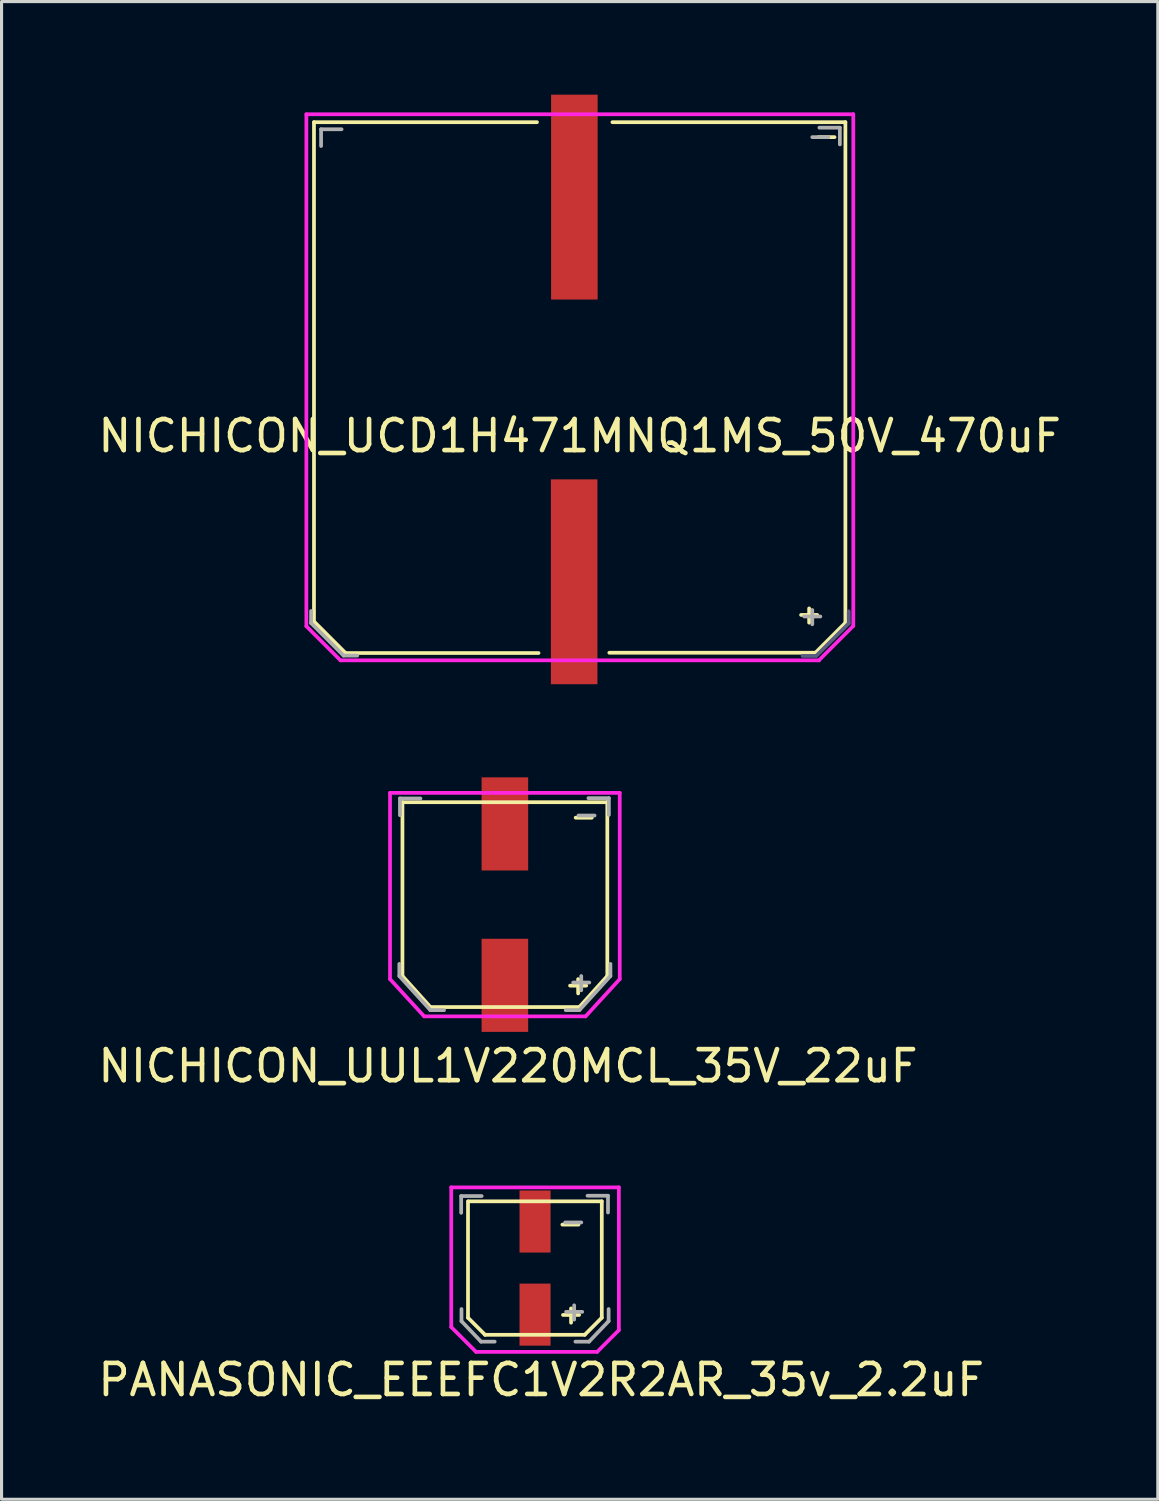
<source format=kicad_pcb>
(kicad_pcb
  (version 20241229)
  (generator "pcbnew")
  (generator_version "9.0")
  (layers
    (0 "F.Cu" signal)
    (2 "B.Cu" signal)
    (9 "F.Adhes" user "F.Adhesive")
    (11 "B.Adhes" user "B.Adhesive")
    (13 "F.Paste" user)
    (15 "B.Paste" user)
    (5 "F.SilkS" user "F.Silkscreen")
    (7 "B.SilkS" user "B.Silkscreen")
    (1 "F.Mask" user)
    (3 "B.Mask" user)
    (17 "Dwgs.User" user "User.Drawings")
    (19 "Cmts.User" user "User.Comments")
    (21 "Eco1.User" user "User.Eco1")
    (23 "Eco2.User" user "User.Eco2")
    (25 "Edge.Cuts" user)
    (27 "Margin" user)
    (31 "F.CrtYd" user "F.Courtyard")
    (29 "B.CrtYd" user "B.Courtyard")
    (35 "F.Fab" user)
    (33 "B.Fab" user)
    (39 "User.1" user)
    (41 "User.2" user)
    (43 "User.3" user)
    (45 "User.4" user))
  (footprint "NICHICON_UCD1H471MNQ1MS_50V_470uF"
    (layer "F.Cu")
    (at 15.549 9.191)
    (property "Reference" "NICHICON_UCD1H471MNQ1MS_50V_470uF" (at 0.076 1.803 0) (layer "F.SilkS") (effects (font (size 1 1) (thickness 0.15))))
    (attr through_hole)
    (fp_line (start -8.484 -8.305) (end -8.484 7.797) (stroke (width 0.12) (type solid)) (layer "F.SilkS"))
    (fp_line (start -8.484 -8.305) (end -1.3 -8.305) (stroke (width 0.12) (type solid)) (layer "F.SilkS"))
    (fp_line (start -8.467 7.797) (end -7.468 8.797) (stroke (width 0.12) (type solid)) (layer "F.SilkS"))
    (fp_line (start -7.468 8.797) (end -1.25 8.797) (stroke (width 0.12) (type solid)) (layer "F.SilkS"))
    (fp_line (start 1.03 8.788) (end 7.671 8.788) (stroke (width 0.12) (type solid)) (layer "F.SilkS"))
    (fp_line (start 1.13 -8.305) (end 8.636 -8.305) (stroke (width 0.12) (type solid)) (layer "F.SilkS"))
    (fp_line (start 7.208 7.569) (end 7.728 7.569) (stroke (width 0.12) (type solid)) (layer "F.SilkS"))
    (fp_line (start 7.468 7.359) (end 7.468 7.819) (stroke (width 0.12) (type solid)) (layer "F.SilkS"))
    (fp_line (start 7.766 -7.823) (end 8.286 -7.823) (stroke (width 0.12) (type solid)) (layer "F.SilkS"))
    (fp_line (start 8.629 7.831) (end 7.681 8.779) (stroke (width 0.12) (type solid)) (layer "F.SilkS"))
    (fp_line (start 8.636 -8.305) (end 8.636 7.797) (stroke (width 0.12) (type solid)) (layer "F.SilkS"))
    (fp_line (start -8.729 -8.56) (end 8.89 -8.56) (stroke (width 0.12) (type solid)) (layer "F.CrtYd"))
    (fp_line (start -8.729 7.933) (end -8.729 -8.56) (stroke (width 0.12) (type solid)) (layer "F.CrtYd"))
    (fp_line (start -7.629 9.033) (end -8.729 7.933) (stroke (width 0.12) (type solid)) (layer "F.CrtYd"))
    (fp_line (start 7.781 9.033) (end 8.89 7.924) (stroke (width 0.12) (type solid)) (layer "F.CrtYd"))
    (fp_line (start 7.79 9.033) (end -7.63 9.033) (stroke (width 0.12) (type solid)) (layer "F.CrtYd"))
    (fp_line (start 8.89 -8.561) (end 8.89 7.924) (stroke (width 0.12) (type solid)) (layer "F.CrtYd"))
    (fp_line (start 7.696 8.89) (end 7.256 8.89) (stroke (width 0.12) (type solid)) (layer "B.Fab"))
    (fp_line (start 8.744 7.452) (end 8.744 7.842) (stroke (width 0.12) (type solid)) (layer "B.Fab"))
    (fp_line (start 8.744 7.842) (end 7.696 8.89) (stroke (width 0.12) (type solid)) (layer "B.Fab"))
    (fp_line (start -8.577 7.442) (end -8.577 7.832) (stroke (width 0.12) (type solid)) (layer "F.Fab"))
    (fp_line (start -8.577 7.832) (end -7.53 8.88) (stroke (width 0.12) (type solid)) (layer "F.Fab"))
    (fp_line (start -8.255 -8.077) (end -8.255 -7.537) (stroke (width 0.12) (type solid)) (layer "F.Fab"))
    (fp_line (start -7.595 -8.077) (end -8.255 -8.077) (stroke (width 0.12) (type solid)) (layer "F.Fab"))
    (fp_line (start -7.53 8.88) (end -7.09 8.88) (stroke (width 0.12) (type solid)) (layer "F.Fab"))
    (fp_line (start 7.309 7.62) (end 7.829 7.62) (stroke (width 0.12) (type solid)) (layer "F.Fab"))
    (fp_line (start 7.569 -7.823) (end 8.089 -7.823) (stroke (width 0.12) (type solid)) (layer "F.Fab"))
    (fp_line (start 7.569 7.41) (end 7.569 7.87) (stroke (width 0.12) (type solid)) (layer "F.Fab"))
    (fp_line (start 7.798 -8.128) (end 8.458 -8.128) (stroke (width 0.12) (type solid)) (layer "F.Fab"))
    (fp_line (start 8.458 -8.128) (end 8.458 -7.588) (stroke (width 0.12) (type solid)) (layer "F.Fab"))
    (pad "1" smd rect (at -0.102 6.502) (size 1.5 6.6) (layers "F.Cu" "F.Mask" "F.Paste"))
    (pad "2" smd rect (at -0.095 -5.891) (size 1.5 6.6) (layers "F.Cu" "F.Mask" "F.Paste")))
  (footprint "PANASONIC_EEEFC1V2R2AR_35v_2.2uF"
    (layer "F.Cu")
    (at 14.187 37.802)
    (property "Reference" "PANASONIC_EEEFC1V2R2AR_35v_2.2uF" (at 0.2 3.6 0) (layer "F.SilkS") (effects (font (size 1 1) (thickness 0.15))))
    (attr through_hole)
    (fp_line (start -2.16 1.6) (end -2.16 -2.15) (stroke (width 0.12) (type solid)) (layer "F.SilkS"))
    (fp_line (start -2.16 1.6) (end -1.61 2.15) (stroke (width 0.12) (type solid)) (layer "F.SilkS"))
    (fp_line (start -2.15 -2.15) (end 2.15 -2.15) (stroke (width 0.12) (type solid)) (layer "F.SilkS"))
    (fp_line (start -1.61 2.15) (end 1.6 2.15) (stroke (width 0.12) (type solid)) (layer "F.SilkS"))
    (fp_line (start 0.88 -1.4) (end 1.4 -1.4) (stroke (width 0.12) (type solid)) (layer "F.SilkS"))
    (fp_line (start 0.9 1.51) (end 1.42 1.51) (stroke (width 0.12) (type solid)) (layer "F.SilkS"))
    (fp_line (start 1.16 1.3) (end 1.16 1.76) (stroke (width 0.12) (type solid)) (layer "F.SilkS"))
    (fp_line (start 1.6 2.15) (end 2.15 1.6) (stroke (width 0.12) (type solid)) (layer "F.SilkS"))
    (fp_line (start 2.15 -2.15) (end 2.15 1.6) (stroke (width 0.12) (type solid)) (layer "F.SilkS"))
    (fp_line (start -2.7 -2.6) (end 2.7 -2.6) (stroke (width 0.12) (type solid)) (layer "F.CrtYd"))
    (fp_line (start -2.7 1.9) (end -2.7 -2.6) (stroke (width 0.12) (type solid)) (layer "F.CrtYd"))
    (fp_line (start -1.9 2.7) (end -2.7 1.9) (stroke (width 0.12) (type solid)) (layer "F.CrtYd"))
    (fp_line (start 2 2.7) (end -1.9 2.7) (stroke (width 0.12) (type solid)) (layer "F.CrtYd"))
    (fp_line (start 2.7 -2.6) (end 2.7 2) (stroke (width 0.12) (type solid)) (layer "F.CrtYd"))
    (fp_line (start 2.7 2) (end 2 2.7) (stroke (width 0.12) (type solid)) (layer "F.CrtYd"))
    (fp_line (start -2.38 -2.32) (end -2.38 -1.78) (stroke (width 0.12) (type solid)) (layer "F.Fab"))
    (fp_line (start -2.37 1.32) (end -2.37 1.71) (stroke (width 0.12) (type solid)) (layer "F.Fab"))
    (fp_line (start -2.37 1.71) (end -1.74 2.37) (stroke (width 0.12) (type solid)) (layer "F.Fab"))
    (fp_line (start -1.74 2.37) (end -1.3 2.37) (stroke (width 0.12) (type solid)) (layer "F.Fab"))
    (fp_line (start -1.72 -2.32) (end -2.38 -2.32) (stroke (width 0.12) (type solid)) (layer "F.Fab"))
    (fp_line (start 0.97 -1.47) (end 1.49 -1.47) (stroke (width 0.12) (type solid)) (layer "F.Fab"))
    (fp_line (start 1 1.41) (end 1.52 1.41) (stroke (width 0.12) (type solid)) (layer "F.Fab"))
    (fp_line (start 1.26 1.2) (end 1.26 1.66) (stroke (width 0.12) (type solid)) (layer "F.Fab"))
    (fp_line (start 1.69 -2.33) (end 2.35 -2.33) (stroke (width 0.12) (type solid)) (layer "F.Fab"))
    (fp_line (start 1.74 2.37) (end 1.3 2.37) (stroke (width 0.12) (type solid)) (layer "F.Fab"))
    (fp_line (start 2.35 -2.33) (end 2.35 -1.79) (stroke (width 0.12) (type solid)) (layer "F.Fab"))
    (fp_line (start 2.37 1.32) (end 2.37 1.71) (stroke (width 0.12) (type solid)) (layer "F.Fab"))
    (fp_line (start 2.37 1.71) (end 1.74 2.37) (stroke (width 0.12) (type solid)) (layer "F.Fab"))
    (pad "1" smd rect (at 0 1.5) (size 1 2) (layers "F.Cu" "F.Mask" "F.Paste"))
    (pad "2" smd rect (at 0 -1.5) (size 1 2) (layers "F.Cu" "F.Mask" "F.Paste")))
  (footprint "NICHICON_UUL1V220MCL_35V_22uF"
    (layer "F.Cu")
    (at 13.215 26.093)
    (property "Reference" "NICHICON_UUL1V220MCL_35V_22uF" (at 0.1 5.2 0) (layer "F.SilkS") (effects (font (size 1 1) (thickness 0.15))))
    (attr through_hole)
    (fp_line (start -3.3 -3.3) (end -3.3 2.3) (stroke (width 0.12) (type solid)) (layer "F.SilkS"))
    (fp_line (start -3.3 -3.3) (end 3.3 -3.3) (stroke (width 0.12) (type solid)) (layer "F.SilkS"))
    (fp_line (start -3.3 2.3) (end -2.4 3.3) (stroke (width 0.12) (type solid)) (layer "F.SilkS"))
    (fp_line (start -2.4 3.3) (end 2.4 3.3) (stroke (width 0.12) (type solid)) (layer "F.SilkS"))
    (fp_line (start 2.1 2.61) (end 2.62 2.61) (stroke (width 0.12) (type solid)) (layer "F.SilkS"))
    (fp_line (start 2.28 -2.8) (end 2.8 -2.8) (stroke (width 0.12) (type solid)) (layer "F.SilkS"))
    (fp_line (start 2.36 2.4) (end 2.36 2.86) (stroke (width 0.12) (type solid)) (layer "F.SilkS"))
    (fp_line (start 3.3 -3.3) (end 3.3 2.3) (stroke (width 0.12) (type solid)) (layer "F.SilkS"))
    (fp_line (start 3.3 2.3) (end 2.4 3.3) (stroke (width 0.12) (type solid)) (layer "F.SilkS"))
    (fp_line (start -3.7 -3.6) (end 3.7 -3.6) (stroke (width 0.12) (type solid)) (layer "F.CrtYd"))
    (fp_line (start -3.7 2.4) (end -3.7 -3.6) (stroke (width 0.12) (type solid)) (layer "F.CrtYd"))
    (fp_line (start -2.6 3.6) (end -3.7 2.4) (stroke (width 0.12) (type solid)) (layer "F.CrtYd"))
    (fp_line (start 2.6 3.6) (end -2.6 3.6) (stroke (width 0.12) (type solid)) (layer "F.CrtYd"))
    (fp_line (start 2.6 3.6) (end 3.7 2.4) (stroke (width 0.12) (type solid)) (layer "F.CrtYd"))
    (fp_line (start 3.7 -3.6) (end 3.7 2.4) (stroke (width 0.12) (type solid)) (layer "F.CrtYd"))
    (fp_line (start -3.4 1.91) (end -3.4 2.3) (stroke (width 0.12) (type solid)) (layer "F.Fab"))
    (fp_line (start -3.4 2.3) (end -2.4 3.4) (stroke (width 0.12) (type solid)) (layer "F.Fab"))
    (fp_line (start -3.38 -3.42) (end -3.38 -2.88) (stroke (width 0.12) (type solid)) (layer "F.Fab"))
    (fp_line (start -2.72 -3.42) (end -3.38 -3.42) (stroke (width 0.12) (type solid)) (layer "F.Fab"))
    (fp_line (start -2.4 3.4) (end -1.96 3.4) (stroke (width 0.12) (type solid)) (layer "F.Fab"))
    (fp_line (start 2.2 2.51) (end 2.72 2.51) (stroke (width 0.12) (type solid)) (layer "F.Fab"))
    (fp_line (start 2.37 -2.87) (end 2.89 -2.87) (stroke (width 0.12) (type solid)) (layer "F.Fab"))
    (fp_line (start 2.4 3.4) (end 1.96 3.4) (stroke (width 0.12) (type solid)) (layer "F.Fab"))
    (fp_line (start 2.46 2.3) (end 2.46 2.76) (stroke (width 0.12) (type solid)) (layer "F.Fab"))
    (fp_line (start 2.69 -3.43) (end 3.35 -3.43) (stroke (width 0.12) (type solid)) (layer "F.Fab"))
    (fp_line (start 3.35 -3.43) (end 3.35 -2.89) (stroke (width 0.12) (type solid)) (layer "F.Fab"))
    (fp_line (start 3.4 1.91) (end 3.4 2.3) (stroke (width 0.12) (type solid)) (layer "F.Fab"))
    (fp_line (start 3.4 2.3) (end 2.4 3.4) (stroke (width 0.12) (type solid)) (layer "F.Fab"))
    (pad "1" smd rect (at 0 2.6) (size 1.5 3) (layers "F.Cu" "F.Mask" "F.Paste"))
    (pad "2" smd rect (at 0 -2.6) (size 1.5 3) (layers "F.Cu" "F.Mask" "F.Paste")))
  (gr_rect
    (start -3 -3)
    (end 34.25 45.25)
    (stroke (width 0.1) (type default))
    (fill no)
    (layer "Edge.Cuts")))
</source>
